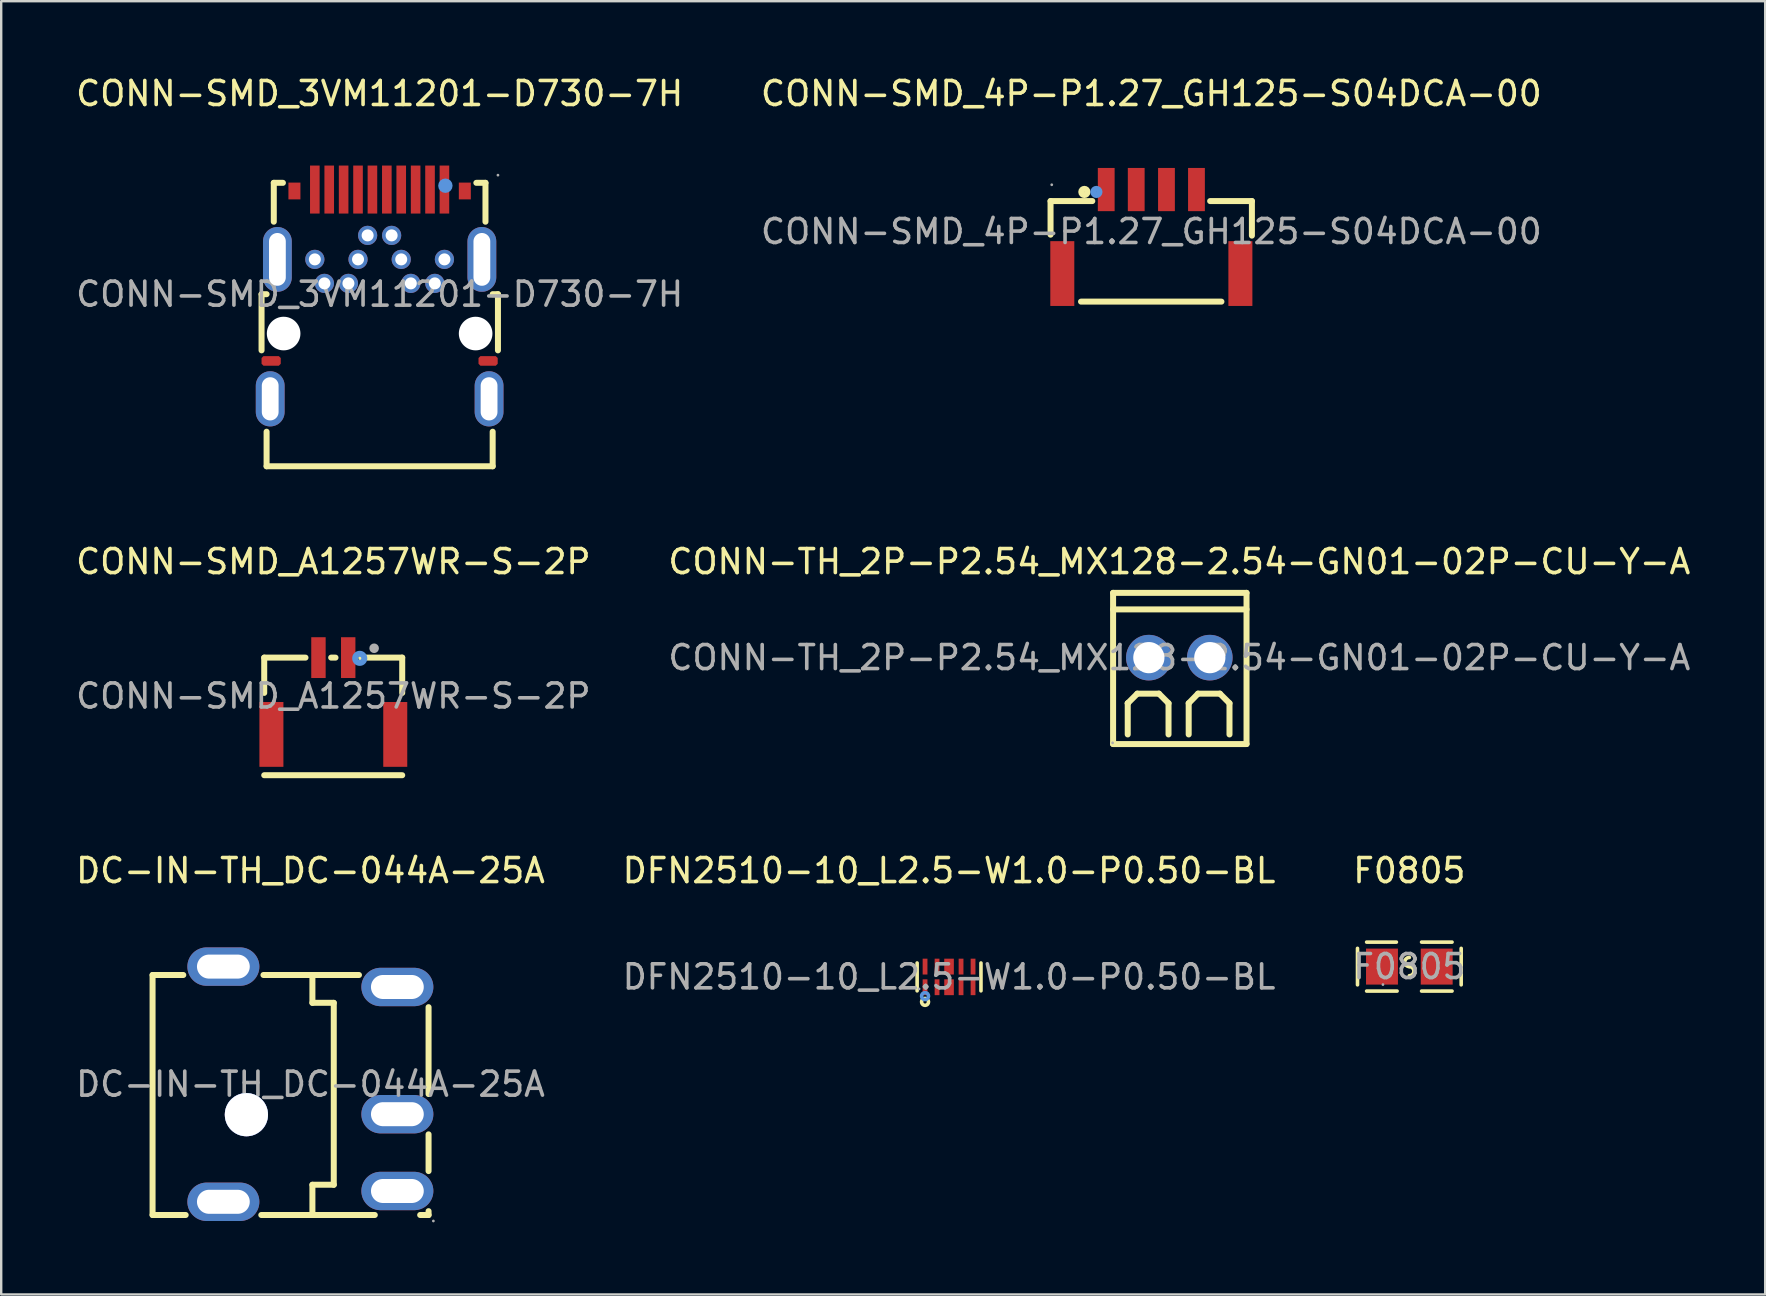
<source format=kicad_pcb>
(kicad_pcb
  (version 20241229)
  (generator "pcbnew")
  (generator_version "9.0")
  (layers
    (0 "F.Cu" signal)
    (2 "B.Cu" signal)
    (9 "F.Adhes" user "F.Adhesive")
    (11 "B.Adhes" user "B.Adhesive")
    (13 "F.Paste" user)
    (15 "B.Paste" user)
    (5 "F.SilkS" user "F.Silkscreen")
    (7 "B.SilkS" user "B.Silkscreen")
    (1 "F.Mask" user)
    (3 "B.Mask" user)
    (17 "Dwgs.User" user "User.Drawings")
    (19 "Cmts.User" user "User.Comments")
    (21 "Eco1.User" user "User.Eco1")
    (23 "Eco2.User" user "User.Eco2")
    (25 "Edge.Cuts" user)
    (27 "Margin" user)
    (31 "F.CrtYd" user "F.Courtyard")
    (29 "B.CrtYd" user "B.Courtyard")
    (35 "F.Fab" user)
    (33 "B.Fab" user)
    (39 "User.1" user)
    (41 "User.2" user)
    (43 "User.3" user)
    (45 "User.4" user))
  (footprint "CONN-SMD_A1257WR-S-2P"
    (layer "F.Cu")
    (at 10.839 25.951)
    (property "Reference" "CONN-SMD_A1257WR-S-2P" (at 0 -5.6 0) (layer "F.SilkS") (effects (font (size 1 1) (thickness 0.15))))
    (attr smd)
    (fp_line (start -2.88 -1.6) (end -2.88 -0.13) (stroke (width 0.25) (type solid)) (layer "F.SilkS"))
    (fp_line (start -2.88 -1.6) (end -1.16 -1.6) (stroke (width 0.25) (type solid)) (layer "F.SilkS"))
    (fp_line (start -0.09 -1.6) (end 0.09 -1.6) (stroke (width 0.25) (type solid)) (layer "F.SilkS"))
    (fp_line (start 1.16 -1.6) (end 2.87 -1.6) (stroke (width 0.25) (type solid)) (layer "F.SilkS"))
    (fp_line (start 2.87 -1.6) (end 2.87 -0.13) (stroke (width 0.25) (type solid)) (layer "F.SilkS"))
    (fp_line (start 2.87 3.3) (end -2.88 3.3) (stroke (width 0.25) (type solid)) (layer "F.SilkS"))
    (fp_circle (center 1.1 -1.57) (end 1.29 -1.57) (stroke (width 0.25) (type solid)) (fill no) (layer "Cmts.User"))
    (fp_circle (center 1.7 -1.99) (end 1.8 -1.99) (stroke (width 0.2) (type solid)) (fill no) (layer "F.Fab"))
    (fp_text user "${REFERENCE}" (at 0 0 0) (layer "F.Fab") (effects (font (size 1 1) (thickness 0.15))))
    (pad "1" smd rect (at 0.62 -1.6 180) (size 0.6 1.7) (layers "F.Cu" "F.Mask" "F.Paste"))
    (pad "2" smd rect (at -0.62 -1.6 180) (size 0.6 1.7) (layers "F.Cu" "F.Mask" "F.Paste"))
    (pad "3" smd rect (at 2.58 1.6) (size 1 2.7) (layers "F.Cu" "F.Mask" "F.Paste"))
    (pad "4" smd rect (at -2.58 1.6) (size 1 2.7) (layers "F.Cu" "F.Mask" "F.Paste")))
  (footprint "DC-IN-TH_DC-044A-25A"
    (layer "F.Cu")
    (at 9.887 42.125)
    (property "Reference" "DC-IN-TH_DC-044A-25A" (at 0 -8.9 0) (layer "F.SilkS") (effects (font (size 1 1) (thickness 0.15))))
    (attr through_hole)
    (fp_line (start -6.58 5.45) (end -6.58 -4.55) (stroke (width 0.25) (type solid)) (layer "F.SilkS"))
    (fp_line (start -6.58 5.45) (end -5.2 5.45) (stroke (width 0.25) (type solid)) (layer "F.SilkS"))
    (fp_line (start -5.3 -4.55) (end -6.58 -4.55) (stroke (width 0.25) (type solid)) (layer "F.SilkS"))
    (fp_line (start -2.05 5.45) (end 2.68 5.45) (stroke (width 0.25) (type solid)) (layer "F.SilkS"))
    (fp_line (start 0.08 -4.55) (end 0.08 -3.39) (stroke (width 0.25) (type solid)) (layer "F.SilkS"))
    (fp_line (start 0.08 -3.39) (end 0.97 -3.39) (stroke (width 0.25) (type solid)) (layer "F.SilkS"))
    (fp_line (start 0.08 4.19) (end 0.08 5.45) (stroke (width 0.25) (type solid)) (layer "F.SilkS"))
    (fp_line (start 0.97 -3.39) (end 0.97 4.19) (stroke (width 0.25) (type solid)) (layer "F.SilkS"))
    (fp_line (start 0.97 4.19) (end 0.08 4.19) (stroke (width 0.25) (type solid)) (layer "F.SilkS"))
    (fp_line (start 2.02 -4.55) (end -1.96 -4.55) (stroke (width 0.25) (type solid)) (layer "F.SilkS"))
    (fp_line (start 4.57 5.45) (end 4.92 5.45) (stroke (width 0.25) (type solid)) (layer "F.SilkS"))
    (fp_line (start 4.92 0.41) (end 4.92 -3.21) (stroke (width 0.25) (type solid)) (layer "F.SilkS"))
    (fp_line (start 4.92 3.62) (end 4.92 2.09) (stroke (width 0.25) (type solid)) (layer "F.SilkS"))
    (fp_line (start 4.92 5.45) (end 4.92 5.29) (stroke (width 0.25) (type solid)) (layer "F.SilkS"))
    (fp_circle (center -2.67 1.27) (end -2.22 1.27) (stroke (width 0.9) (type solid)) (fill no) (layer "Cmts.User"))
    (fp_circle (center 5.12 5.7) (end 5.15 5.7) (stroke (width 0.06) (type solid)) (fill no) (layer "F.Fab"))
    (fp_text user "${REFERENCE}" (at 0 0 0) (layer "F.Fab") (effects (font (size 1 1) (thickness 0.15))))
    (pad "" thru_hole circle (at -2.67 1.27) (size 1.8 1.8) (drill 1.8) (layers "*.Cu" "*.Mask"))
    (pad "1" thru_hole oval (at 3.62 4.45 90) (size 1.6 3) (drill oval 1 2.2) (layers "*.Cu" "*.Mask"))
    (pad "2" thru_hole oval (at 3.62 -4.05 90) (size 1.6 3) (drill oval 1 2.2) (layers "*.Cu" "*.Mask"))
    (pad "3" thru_hole oval (at 3.62 1.25 90) (size 1.6 3) (drill oval 1 2.2) (layers "*.Cu" "*.Mask"))
    (pad "4" thru_hole oval (at -3.63 4.9 90) (size 1.6 3) (drill oval 1 2.2) (layers "*.Cu" "*.Mask"))
    (pad "5" thru_hole oval (at -3.63 -4.9 90) (size 1.6 3) (drill oval 1 2.2) (layers "*.Cu" "*.Mask")))
  (footprint "CONN-SMD_4P-P1.27_GH125-S04DCA-00"
    (layer "F.Cu")
    (at 44.923 6.598)
    (property "Reference" "CONN-SMD_4P-P1.27_GH125-S04DCA-00" (at 0 -5.75 0) (layer "F.SilkS") (effects (font (size 1 1) (thickness 0.15))))
    (attr smd)
    (fp_line (start -4.2 -1.27) (end -4.2 0.13) (stroke (width 0.25) (type solid)) (layer "F.SilkS"))
    (fp_line (start -2.93 2.92) (end 2.92 2.92) (stroke (width 0.25) (type solid)) (layer "F.SilkS"))
    (fp_line (start -2.46 -1.27) (end -4.2 -1.27) (stroke (width 0.25) (type solid)) (layer "F.SilkS"))
    (fp_line (start 2.45 -1.27) (end 4.19 -1.27) (stroke (width 0.25) (type solid)) (layer "F.SilkS"))
    (fp_line (start 4.19 -1.27) (end 4.19 0.17) (stroke (width 0.25) (type solid)) (layer "F.SilkS"))
    (fp_circle (center -2.79 -1.65) (end -2.66 -1.65) (stroke (width 0.25) (type solid)) (fill no) (layer "F.SilkS"))
    (fp_circle (center -2.29 -1.65) (end -2.16 -1.65) (stroke (width 0.25) (type solid)) (fill no) (layer "Cmts.User"))
    (fp_circle (center -4.15 -1.95) (end -4.12 -1.95) (stroke (width 0.06) (type solid)) (fill no) (layer "F.Fab"))
    (fp_text user "${REFERENCE}" (at 0 0 0) (layer "F.Fab") (effects (font (size 1 1) (thickness 0.15))))
    (pad "1" smd rect (at -1.88 -1.75) (size 0.7 1.8) (layers "F.Cu" "F.Mask" "F.Paste"))
    (pad "2" smd rect (at -0.63 -1.75) (size 0.7 1.8) (layers "F.Cu" "F.Mask" "F.Paste"))
    (pad "3" smd rect (at 0.63 -1.75) (size 0.7 1.8) (layers "F.Cu" "F.Mask" "F.Paste"))
    (pad "4" smd rect (at 1.88 -1.75) (size 0.7 1.8) (layers "F.Cu" "F.Mask" "F.Paste"))
    (pad "5" smd rect (at 3.71 1.75 180) (size 1 2.7) (layers "F.Cu" "F.Mask" "F.Paste"))
    (pad "6" smd rect (at -3.71 1.75) (size 1 2.7) (layers "F.Cu" "F.Mask" "F.Paste")))
  (footprint "DFN2510-10_L2.5-W1.0-P0.50-BL"
    (layer "F.Cu")
    (at 36.494 37.655)
    (property "Reference" "DFN2510-10_L2.5-W1.0-P0.50-BL" (at 0 -4.43 0) (layer "F.SilkS") (effects (font (size 1 1) (thickness 0.15))))
    (attr smd)
    (fp_line (start -1.33 0.58) (end -1.33 -0.58) (stroke (width 0.15) (type solid)) (layer "F.SilkS"))
    (fp_line (start 1.33 0.58) (end 1.33 -0.58) (stroke (width 0.15) (type solid)) (layer "F.SilkS"))
    (fp_circle (center -1 1.04) (end -0.93 1.04) (stroke (width 0.15) (type solid)) (fill no) (layer "F.SilkS"))
    (fp_circle (center -1 0.8) (end -0.93 0.8) (stroke (width 0.15) (type solid)) (fill no) (layer "Cmts.User"))
    (fp_circle (center -1.25 0.5) (end -1.22 0.5) (stroke (width 0.06) (type solid)) (fill no) (layer "F.Fab"))
    (fp_text user "${REFERENCE}" (at 0 0 0) (layer "F.Fab") (effects (font (size 1 1) (thickness 0.15))))
    (pad "1" smd rect (at -1 0.43) (size 0.2 0.66) (layers "F.Cu" "F.Mask" "F.Paste"))
    (pad "2" smd rect (at -0.5 0.43) (size 0.2 0.66) (layers "F.Cu" "F.Mask" "F.Paste"))
    (pad "3" smd rect (at 0 0.43) (size 0.4 0.66) (layers "F.Cu" "F.Mask" "F.Paste"))
    (pad "4" smd rect (at 0.5 0.43) (size 0.2 0.66) (layers "F.Cu" "F.Mask" "F.Paste"))
    (pad "5" smd rect (at 1 0.43) (size 0.2 0.66) (layers "F.Cu" "F.Mask" "F.Paste"))
    (pad "6" smd rect (at 1 -0.43) (size 0.2 0.66) (layers "F.Cu" "F.Mask" "F.Paste"))
    (pad "7" smd rect (at 0.5 -0.43) (size 0.2 0.66) (layers "F.Cu" "F.Mask" "F.Paste"))
    (pad "8" smd rect (at 0 -0.43) (size 0.4 0.66) (layers "F.Cu" "F.Mask" "F.Paste"))
    (pad "9" smd rect (at -0.5 -0.43) (size 0.2 0.66) (layers "F.Cu" "F.Mask" "F.Paste"))
    (pad "10" smd rect (at -1 -0.43) (size 0.2 0.66) (layers "F.Cu" "F.Mask" "F.Paste")))
  (footprint "F0805"
    (layer "F.Cu")
    (at 55.673 37.225)
    (property "Reference" "F0805" (at 0 -4 0) (layer "F.SilkS") (effects (font (size 1 1) (thickness 0.15))))
    (attr smd)
    (fp_line (start -2.16 -0.76) (end -2.16 0.76) (stroke (width 0.15) (type solid)) (layer "F.SilkS"))
    (fp_line (start -1.78 -1.02) (end -0.54 -1.02) (stroke (width 0.15) (type solid)) (layer "F.SilkS"))
    (fp_line (start -0.51 1.02) (end -1.78 1.02) (stroke (width 0.15) (type solid)) (layer "F.SilkS"))
    (fp_line (start 0.51 1.02) (end 1.78 1.02) (stroke (width 0.15) (type solid)) (layer "F.SilkS"))
    (fp_line (start 1.78 -1.02) (end 0.51 -1.02) (stroke (width 0.15) (type solid)) (layer "F.SilkS"))
    (fp_line (start 2.16 -0.76) (end 2.16 0.76) (stroke (width 0.15) (type solid)) (layer "F.SilkS"))
    (fp_arc (start 0 0) (mid -0.19 -0.19) (end 0 -0.38) (stroke (width 0.15) (type solid)) (layer "F.SilkS"))
    (fp_arc (start 0 0) (mid 0.19 0.19) (end 0 0.38) (stroke (width 0.15) (type solid)) (layer "F.SilkS"))
    (fp_circle (center -1.1 0.75) (end -1.07 0.75) (stroke (width 0.06) (type solid)) (fill no) (layer "F.Fab"))
    (fp_text user "${REFERENCE}" (at 0 0 0) (layer "F.Fab") (effects (font (size 1 1) (thickness 0.15))))
    (pad "1" smd rect (at -1.14 0) (size 1.33 1.5) (layers "F.Cu" "F.Mask" "F.Paste"))
    (pad "2" smd rect (at 1.14 0) (size 1.33 1.5) (layers "F.Cu" "F.Mask" "F.Paste")))
  (footprint "CONN-TH_2P-P2.54_MX128-2.54-GN01-02P-CU-Y-A"
    (layer "F.Cu")
    (at 46.089 24.352)
    (property "Reference" "CONN-TH_2P-P2.54_MX128-2.54-GN01-02P-CU-Y-A" (at 0 -4 0) (layer "F.SilkS") (effects (font (size 1 1) (thickness 0.15))))
    (attr through_hole)
    (fp_line (start -2.76 -2.7) (end 2.8 -2.7) (stroke (width 0.25) (type solid)) (layer "F.SilkS"))
    (fp_line (start -2.76 -2.01) (end 2.8 -2.01) (stroke (width 0.25) (type solid)) (layer "F.SilkS"))
    (fp_line (start -2.76 3.6) (end -2.76 -2.7) (stroke (width 0.25) (type solid)) (layer "F.SilkS"))
    (fp_line (start -2.15 1.9) (end -2.15 1.9) (stroke (width 0.25) (type solid)) (layer "F.SilkS"))
    (fp_line (start -2.15 1.9) (end -1.75 1.5) (stroke (width 0.25) (type solid)) (layer "F.SilkS"))
    (fp_line (start -2.15 3.2) (end -2.15 1.9) (stroke (width 0.25) (type solid)) (layer "F.SilkS"))
    (fp_line (start -0.85 1.5) (end -1.75 1.5) (stroke (width 0.25) (type solid)) (layer "F.SilkS"))
    (fp_line (start -0.45 1.9) (end -0.85 1.5) (stroke (width 0.25) (type solid)) (layer "F.SilkS"))
    (fp_line (start -0.45 1.9) (end -0.45 3.2) (stroke (width 0.25) (type solid)) (layer "F.SilkS"))
    (fp_line (start 0.39 1.9) (end 0.78 1.5) (stroke (width 0.25) (type solid)) (layer "F.SilkS"))
    (fp_line (start 0.39 3.2) (end 0.39 1.9) (stroke (width 0.25) (type solid)) (layer "F.SilkS"))
    (fp_line (start 1.69 1.5) (end 0.78 1.5) (stroke (width 0.25) (type solid)) (layer "F.SilkS"))
    (fp_line (start 2.09 1.9) (end 1.69 1.5) (stroke (width 0.25) (type solid)) (layer "F.SilkS"))
    (fp_line (start 2.09 1.9) (end 2.09 3.2) (stroke (width 0.25) (type solid)) (layer "F.SilkS"))
    (fp_line (start 2.8 -2.7) (end 2.8 3.6) (stroke (width 0.25) (type solid)) (layer "F.SilkS"))
    (fp_line (start 2.8 3.6) (end -2.76 3.6) (stroke (width 0.25) (type solid)) (layer "F.SilkS"))
    (fp_circle (center -2.78 3.55) (end -2.75 3.55) (stroke (width 0.06) (type solid)) (fill no) (layer "F.Fab"))
    (fp_text user "${REFERENCE}" (at 0 0 0) (layer "F.Fab") (effects (font (size 1 1) (thickness 0.15))))
    (pad "1" thru_hole circle (at -1.27 0) (size 1.9 1.9) (drill 1.3) (layers "*.Cu" "*.Mask"))
    (pad "2" thru_hole circle (at 1.27 0) (size 1.9 1.9) (drill 1.3) (layers "*.Cu" "*.Mask")))
  (footprint "CONN-SMD_3VM11201-D730-7H"
    (layer "F.Cu")
    (at 12.768 9.208)
    (property "Reference" "CONN-SMD_3VM11201-D730-7H" (at 0 -8.36 0) (layer "F.SilkS") (effects (font (size 1 1) (thickness 0.15))))
    (attr smd)
    (fp_line (start -4.92 0) (end -4.92 2.34) (stroke (width 0.25) (type solid)) (layer "F.SilkS"))
    (fp_line (start -4.92 0) (end -4.71 0) (stroke (width 0.25) (type solid)) (layer "F.SilkS"))
    (fp_line (start -4.71 7.17) (end -4.71 5.73) (stroke (width 0.25) (type solid)) (layer "F.SilkS"))
    (fp_line (start -4.41 -4.64) (end -4.41 -3.02) (stroke (width 0.25) (type solid)) (layer "F.SilkS"))
    (fp_line (start -4.41 -4.64) (end -4.03 -4.64) (stroke (width 0.25) (type solid)) (layer "F.SilkS"))
    (fp_line (start 4.03 -4.64) (end 4.41 -4.64) (stroke (width 0.25) (type solid)) (layer "F.SilkS"))
    (fp_line (start 4.41 -4.64) (end 4.41 -3.02) (stroke (width 0.25) (type solid)) (layer "F.SilkS"))
    (fp_line (start 4.71 7.17) (end -4.71 7.17) (stroke (width 0.25) (type solid)) (layer "F.SilkS"))
    (fp_line (start 4.71 7.17) (end 4.71 5.73) (stroke (width 0.25) (type solid)) (layer "F.SilkS"))
    (fp_line (start 4.93 0) (end 4.71 0) (stroke (width 0.25) (type solid)) (layer "F.SilkS"))
    (fp_line (start 4.93 0) (end 4.93 2.34) (stroke (width 0.25) (type solid)) (layer "F.SilkS"))
    (fp_circle (center -2.7 -1.45) (end -2.5 -1.45) (stroke (width 0.4) (type solid)) (fill no) (layer "F.Paste"))
    (fp_circle (center -2.3 -0.45) (end -2.1 -0.45) (stroke (width 0.4) (type solid)) (fill no) (layer "F.Paste"))
    (fp_circle (center -1.3 -0.45) (end -1.1 -0.45) (stroke (width 0.4) (type solid)) (fill no) (layer "F.Paste"))
    (fp_circle (center -0.9 -1.45) (end -0.7 -1.45) (stroke (width 0.4) (type solid)) (fill no) (layer "F.Paste"))
    (fp_circle (center -0.5 -2.45) (end -0.3 -2.45) (stroke (width 0.4) (type solid)) (fill no) (layer "F.Paste"))
    (fp_circle (center 0.5 -2.45) (end 0.7 -2.45) (stroke (width 0.4) (type solid)) (fill no) (layer "F.Paste"))
    (fp_circle (center 0.9 -1.45) (end 1.1 -1.45) (stroke (width 0.4) (type solid)) (fill no) (layer "F.Paste"))
    (fp_circle (center 1.3 -0.45) (end 1.5 -0.45) (stroke (width 0.4) (type solid)) (fill no) (layer "F.Paste"))
    (fp_circle (center 2.3 -0.45) (end 2.5 -0.45) (stroke (width 0.4) (type solid)) (fill no) (layer "F.Paste"))
    (fp_circle (center 2.7 -1.45) (end 2.9 -1.45) (stroke (width 0.4) (type solid)) (fill no) (layer "F.Paste"))
    (fp_circle (center 2.74 -4.52) (end 2.89 -4.52) (stroke (width 0.3) (type solid)) (fill no) (layer "Cmts.User"))
    (fp_circle (center 4.93 -4.96) (end 4.96 -4.96) (stroke (width 0.06) (type solid)) (fill no) (layer "F.Fab"))
    (fp_text user "${REFERENCE}" (at 0 0 0) (layer "F.Fab") (effects (font (size 1 1) (thickness 0.15))))
    (pad "" np_thru_hole circle (at -4 1.64) (size 1.4 1.4) (drill 1.4) (layers "*.Cu" "*.Mask"))
    (pad "" np_thru_hole circle (at 4 1.64) (size 1.4 1.4) (drill 1.4) (layers "*.Cu" "*.Mask"))
    (pad "0" thru_hole oval (at -4.56 4.36) (size 1.2 2.3) (drill oval 0.7 1.8) (layers "*.Cu" "*.Mask"))
    (pad "0" smd roundrect (at -4.52 2.78) (size 0.8 0.4) (layers "F.Cu" "F.Mask" "F.Paste") (roundrect_rratio 0) (chamfer_ratio 0.2) (chamfer top_left top_right bottom_left bottom_right))
    (pad "0" thru_hole oval (at -4.26 -1.45) (size 1.2 2.7) (drill oval 0.7 2.2) (layers "*.Cu" "*.Mask"))
    (pad "0" smd rect (at -3.55 -4.3) (size 0.5 0.7) (layers "F.Cu" "F.Mask" "F.Paste"))
    (pad "0" smd rect (at 3.55 -4.3) (size 0.5 0.7) (layers "F.Cu" "F.Mask" "F.Paste"))
    (pad "0" thru_hole oval (at 4.26 -1.45) (size 1.2 2.7) (drill oval 0.7 2.2) (layers "*.Cu" "*.Mask"))
    (pad "0" smd roundrect (at 4.52 2.78) (size 0.8 0.4) (layers "F.Cu" "F.Mask" "F.Paste") (roundrect_rratio 0) (chamfer_ratio 0.2) (chamfer top_left top_right bottom_left bottom_right))
    (pad "0" thru_hole oval (at 4.56 4.36) (size 1.2 2.3) (drill oval 0.7 1.8) (layers "*.Cu" "*.Mask"))
    (pad "1" smd rect (at 2.7 -4.36) (size 0.4 2) (layers "F.Cu" "F.Mask" "F.Paste"))
    (pad "2" thru_hole circle (at 2.7 -1.45) (size 0.8 0.8) (drill 0.5) (layers "*.Cu" "*.Mask"))
    (pad "3" smd rect (at 2.1 -4.36) (size 0.4 2) (layers "F.Cu" "F.Mask" "F.Paste"))
    (pad "4" thru_hole circle (at 2.3 -0.45) (size 0.8 0.8) (drill 0.5) (layers "*.Cu" "*.Mask"))
    (pad "5" smd rect (at 1.5 -4.36) (size 0.4 2) (layers "F.Cu" "F.Mask" "F.Paste"))
    (pad "6" thru_hole circle (at 1.3 -0.45) (size 0.8 0.8) (drill 0.5) (layers "*.Cu" "*.Mask"))
    (pad "7" smd rect (at 0.9 -4.36) (size 0.4 2) (layers "F.Cu" "F.Mask" "F.Paste"))
    (pad "8" thru_hole circle (at 0.9 -1.45) (size 0.8 0.8) (drill 0.5) (layers "*.Cu" "*.Mask"))
    (pad "9" smd rect (at 0.3 -4.36) (size 0.4 2) (layers "F.Cu" "F.Mask" "F.Paste"))
    (pad "10" thru_hole circle (at 0.5 -2.45) (size 0.8 0.8) (drill 0.5) (layers "*.Cu" "*.Mask"))
    (pad "11" smd rect (at -0.3 -4.36) (size 0.4 2) (layers "F.Cu" "F.Mask" "F.Paste"))
    (pad "12" thru_hole circle (at -0.5 -2.45) (size 0.8 0.8) (drill 0.5) (layers "*.Cu" "*.Mask"))
    (pad "13" smd rect (at -0.9 -4.36) (size 0.4 2) (layers "F.Cu" "F.Mask" "F.Paste"))
    (pad "14" thru_hole circle (at -0.9 -1.45) (size 0.8 0.8) (drill 0.5) (layers "*.Cu" "*.Mask"))
    (pad "15" smd rect (at -1.5 -4.36) (size 0.4 2) (layers "F.Cu" "F.Mask" "F.Paste"))
    (pad "16" thru_hole circle (at -1.3 -0.45) (size 0.8 0.8) (drill 0.5) (layers "*.Cu" "*.Mask"))
    (pad "17" smd rect (at -2.1 -4.36) (size 0.4 2) (layers "F.Cu" "F.Mask" "F.Paste"))
    (pad "18" thru_hole circle (at -2.3 -0.45) (size 0.8 0.8) (drill 0.5) (layers "*.Cu" "*.Mask"))
    (pad "19" smd rect (at -2.7 -4.36) (size 0.4 2) (layers "F.Cu" "F.Mask" "F.Paste"))
    (pad "20" thru_hole circle (at -2.7 -1.45) (size 0.8 0.8) (drill 0.5) (layers "*.Cu" "*.Mask")))
  (gr_rect
    (start -3 -3)
    (end 70.5 50.885)
    (stroke (width 0.1) (type default))
    (fill no)
    (layer "Edge.Cuts")))
</source>
